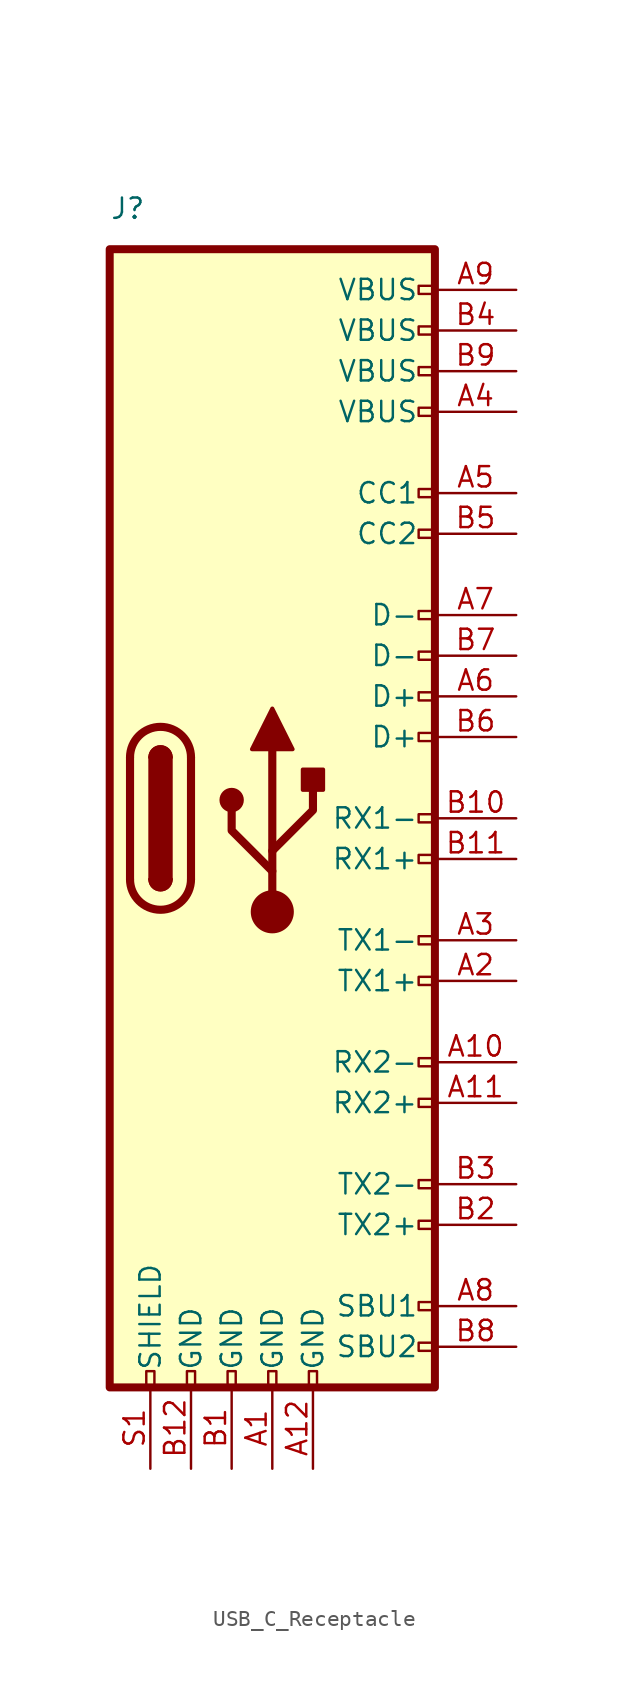
<source format=kicad_sym>
(kicad_symbol_lib
  (version 20231120)
  (generator "kicad_symbol_editor")
  (generator_version "8.0")
  (symbol "USB_C_Receptacle"
    (pin_names
      (offset 1.016))
    (property "Reference" "J"
      (at -10.16 38.1 0)
      (effects (font (size 1.27 1.27)) (justify left)))
    (property "Value" ""
      (at 10.16 38.1 0)
      (effects (font (size 1.27 1.27)) (justify right)))
    (symbol "USB_C_Receptacle_0_0"
      (rectangle (start -7.874 -34.544) (end -7.366 -35.56) (stroke (width 0) (type default)) (fill (type none)))
      (rectangle (start -5.334 -34.544) (end -4.826 -35.56) (stroke (width 0) (type default)) (fill (type none)))
      (rectangle (start -2.794 -34.544) (end -2.286 -35.56) (stroke (width 0) (type default)) (fill (type none)))
      (rectangle (start -0.254 -34.544) (end 0.254 -35.56) (stroke (width 0) (type default)) (fill (type none)))
      (rectangle (start 2.286 -34.544) (end 2.794 -35.56) (stroke (width 0) (type default)) (fill (type none)))
      (rectangle (start 9.144 25.654) (end 10.16 25.146) (stroke (width 0) (type default)) (fill (type none)))
      (rectangle (start 9.144 28.194) (end 10.16 27.686) (stroke (width 0) (type default)) (fill (type none)))
      (rectangle (start 9.144 30.734) (end 10.16 30.226) (stroke (width 0) (type default)) (fill (type none)))
      (rectangle (start 9.144 33.274) (end 10.16 32.766) (stroke (width 0) (type default)) (fill (type none)))
      (rectangle (start 10.16 -32.766) (end 9.144 -33.274) (stroke (width 0) (type default)) (fill (type none)))
      (rectangle (start 10.16 -30.226) (end 9.144 -30.734) (stroke (width 0) (type default)) (fill (type none)))
      (rectangle (start 10.16 -25.146) (end 9.144 -25.654) (stroke (width 0) (type default)) (fill (type none)))
      (rectangle (start 10.16 -22.606) (end 9.144 -23.114) (stroke (width 0) (type default)) (fill (type none)))
      (rectangle (start 10.16 -17.526) (end 9.144 -18.034) (stroke (width 0) (type default)) (fill (type none)))
      (rectangle (start 10.16 -14.986) (end 9.144 -15.494) (stroke (width 0) (type default)) (fill (type none)))
      (rectangle (start 10.16 -9.906) (end 9.144 -10.414) (stroke (width 0) (type default)) (fill (type none)))
      (rectangle (start 10.16 -7.366) (end 9.144 -7.874) (stroke (width 0) (type default)) (fill (type none)))
      (rectangle (start 10.16 -2.286) (end 9.144 -2.794) (stroke (width 0) (type default)) (fill (type none)))
      (rectangle (start 10.16 0.254) (end 9.144 -0.254) (stroke (width 0) (type default)) (fill (type none)))
      (rectangle (start 10.16 5.334) (end 9.144 4.826) (stroke (width 0) (type default)) (fill (type none)))
      (rectangle (start 10.16 7.874) (end 9.144 7.366) (stroke (width 0) (type default)) (fill (type none)))
      (rectangle (start 10.16 10.414) (end 9.144 9.906) (stroke (width 0) (type default)) (fill (type none)))
      (rectangle (start 10.16 12.954) (end 9.144 12.446) (stroke (width 0) (type default)) (fill (type none)))
      (rectangle (start 10.16 18.034) (end 9.144 17.526) (stroke (width 0) (type default)) (fill (type none)))
      (rectangle (start 10.16 20.574) (end 9.144 20.066) (stroke (width 0) (type default)) (fill (type none))))
    (symbol "USB_C_Receptacle_0_1"
      (arc (start -8.89 -3.81) (mid -6.985 -5.7067) (end -5.08 -3.81) (stroke (width 0.508) (type default)) (fill (type none)))
      (arc (start -7.62 -3.81) (mid -6.985 -4.4423) (end -6.35 -3.81) (stroke (width 0.254) (type default)) (fill (type none)))
      (arc (start -7.62 -3.81) (mid -6.985 -4.4423) (end -6.35 -3.81) (stroke (width 0.254) (type default)) (fill (type outline)))
      (rectangle (start -7.62 -3.81) (end -6.35 3.81) (stroke (width 0.254) (type default)) (fill (type outline)))
      (arc (start -6.35 3.81) (mid -6.985 4.4423) (end -7.62 3.81) (stroke (width 0.254) (type default)) (fill (type none)))
      (arc (start -6.35 3.81) (mid -6.985 4.4423) (end -7.62 3.81) (stroke (width 0.254) (type default)) (fill (type outline)))
      (arc (start -5.08 3.81) (mid -6.985 5.7067) (end -8.89 3.81) (stroke (width 0.508) (type default)) (fill (type none)))
      (polyline (pts (xy -8.89 -3.81) (xy -8.89 3.81)) (stroke (width 0.508) (type default)) (fill (type none)))
      (polyline (pts (xy -5.08 3.81) (xy -5.08 -3.81)) (stroke (width 0.508) (type default)) (fill (type none))))
    (symbol "USB_C_Receptacle_1_1"
      (rectangle (start -10.16 35.56) (end 10.16 -35.56) (stroke (width 0.5) (type default)) (fill (type background)))
      (circle (center -2.54 1.143) (radius 0.635) (stroke (width 0.254) (type default)) (fill (type outline)))
      (circle (center 0 -5.842) (radius 1.27) (stroke (width 0) (type default)) (fill (type outline)))
      (polyline (pts (xy 0 -5.842) (xy 0 4.318)) (stroke (width 0.508) (type default)) (fill (type none)))
      (polyline (pts (xy 0 -3.302) (xy -2.54 -0.762) (xy -2.54 0.508)) (stroke (width 0.508) (type default)) (fill (type none)))
      (polyline (pts (xy 0 -2.032) (xy 2.54 0.508) (xy 2.54 1.778)) (stroke (width 0.508) (type default)) (fill (type none)))
      (polyline (pts (xy -1.27 4.318) (xy 0 6.858) (xy 1.27 4.318) (xy -1.27 4.318)) (stroke (width 0.254) (type default)) (fill (type outline)))
      (rectangle (start 1.905 1.778) (end 3.175 3.048) (stroke (width 0.254) (type default)) (fill (type outline)))
      (pin passive line (at 0 -40.64 90) (length 5.08) (name "GND" (effects (font (size 1.27 1.27)))) (number "A1" (effects (font (size 1.27 1.27)))))
      (pin bidirectional line (at 15.24 -15.24 180) (length 5.08) (name "RX2-" (effects (font (size 1.27 1.27)))) (number "A10" (effects (font (size 1.27 1.27)))))
      (pin bidirectional line (at 15.24 -17.78 180) (length 5.08) (name "RX2+" (effects (font (size 1.27 1.27)))) (number "A11" (effects (font (size 1.27 1.27)))))
      (pin passive line (at 2.54 -40.64 90) (length 5.08) (name "GND" (effects (font (size 1.27 1.27)))) (number "A12" (effects (font (size 1.27 1.27)))))
      (pin bidirectional line (at 15.24 -10.16 180) (length 5.08) (name "TX1+" (effects (font (size 1.27 1.27)))) (number "A2" (effects (font (size 1.27 1.27)))))
      (pin bidirectional line (at 15.24 -7.62 180) (length 5.08) (name "TX1-" (effects (font (size 1.27 1.27)))) (number "A3" (effects (font (size 1.27 1.27)))))
      (pin passive line (at 15.24 25.4 180) (length 5.08) (name "VBUS" (effects (font (size 1.27 1.27)))) (number "A4" (effects (font (size 1.27 1.27)))))
      (pin bidirectional line (at 15.24 20.32 180) (length 5.08) (name "CC1" (effects (font (size 1.27 1.27)))) (number "A5" (effects (font (size 1.27 1.27)))))
      (pin bidirectional line (at 15.24 7.62 180) (length 5.08) (name "D+" (effects (font (size 1.27 1.27)))) (number "A6" (effects (font (size 1.27 1.27)))))
      (pin bidirectional line (at 15.24 12.7 180) (length 5.08) (name "D-" (effects (font (size 1.27 1.27)))) (number "A7" (effects (font (size 1.27 1.27)))))
      (pin bidirectional line (at 15.24 -30.48 180) (length 5.08) (name "SBU1" (effects (font (size 1.27 1.27)))) (number "A8" (effects (font (size 1.27 1.27)))))
      (pin passive line (at 15.24 33.02 180) (length 5.08) (name "VBUS" (effects (font (size 1.27 1.27)))) (number "A9" (effects (font (size 1.27 1.27)))))
      (pin passive line (at -2.54 -40.64 90) (length 5.08) (name "GND" (effects (font (size 1.27 1.27)))) (number "B1" (effects (font (size 1.27 1.27)))))
      (pin bidirectional line (at 15.24 0 180) (length 5.08) (name "RX1-" (effects (font (size 1.27 1.27)))) (number "B10" (effects (font (size 1.27 1.27)))))
      (pin bidirectional line (at 15.24 -2.54 180) (length 5.08) (name "RX1+" (effects (font (size 1.27 1.27)))) (number "B11" (effects (font (size 1.27 1.27)))))
      (pin passive line (at -5.08 -40.64 90) (length 5.08) (name "GND" (effects (font (size 1.27 1.27)))) (number "B12" (effects (font (size 1.27 1.27)))))
      (pin bidirectional line (at 15.24 -25.4 180) (length 5.08) (name "TX2+" (effects (font (size 1.27 1.27)))) (number "B2" (effects (font (size 1.27 1.27)))))
      (pin bidirectional line (at 15.24 -22.86 180) (length 5.08) (name "TX2-" (effects (font (size 1.27 1.27)))) (number "B3" (effects (font (size 1.27 1.27)))))
      (pin passive line (at 15.24 30.48 180) (length 5.08) (name "VBUS" (effects (font (size 1.27 1.27)))) (number "B4" (effects (font (size 1.27 1.27)))))
      (pin bidirectional line (at 15.24 17.78 180) (length 5.08) (name "CC2" (effects (font (size 1.27 1.27)))) (number "B5" (effects (font (size 1.27 1.27)))))
      (pin bidirectional line (at 15.24 5.08 180) (length 5.08) (name "D+" (effects (font (size 1.27 1.27)))) (number "B6" (effects (font (size 1.27 1.27)))))
      (pin bidirectional line (at 15.24 10.16 180) (length 5.08) (name "D-" (effects (font (size 1.27 1.27)))) (number "B7" (effects (font (size 1.27 1.27)))))
      (pin bidirectional line (at 15.24 -33.02 180) (length 5.08) (name "SBU2" (effects (font (size 1.27 1.27)))) (number "B8" (effects (font (size 1.27 1.27)))))
      (pin passive line (at 15.24 27.94 180) (length 5.08) (name "VBUS" (effects (font (size 1.27 1.27)))) (number "B9" (effects (font (size 1.27 1.27)))))
      (pin passive line (at -7.62 -40.64 90) (length 5.08) (name "SHIELD" (effects (font (size 1.27 1.27)))) (number "S1" (effects (font (size 1.27 1.27))))))))
</source>
